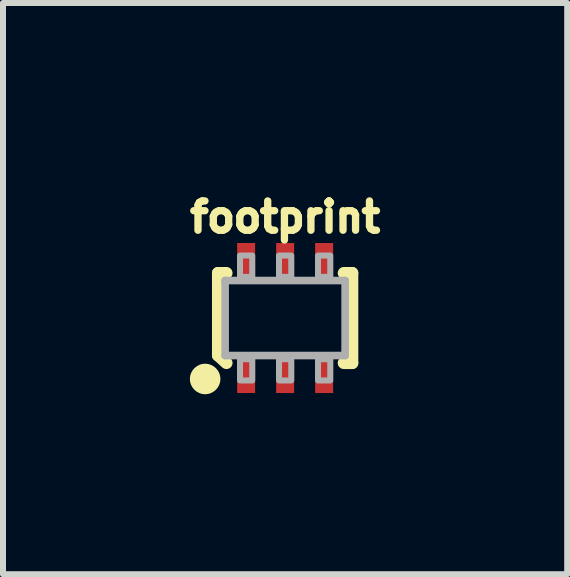
<source format=kicad_pcb>
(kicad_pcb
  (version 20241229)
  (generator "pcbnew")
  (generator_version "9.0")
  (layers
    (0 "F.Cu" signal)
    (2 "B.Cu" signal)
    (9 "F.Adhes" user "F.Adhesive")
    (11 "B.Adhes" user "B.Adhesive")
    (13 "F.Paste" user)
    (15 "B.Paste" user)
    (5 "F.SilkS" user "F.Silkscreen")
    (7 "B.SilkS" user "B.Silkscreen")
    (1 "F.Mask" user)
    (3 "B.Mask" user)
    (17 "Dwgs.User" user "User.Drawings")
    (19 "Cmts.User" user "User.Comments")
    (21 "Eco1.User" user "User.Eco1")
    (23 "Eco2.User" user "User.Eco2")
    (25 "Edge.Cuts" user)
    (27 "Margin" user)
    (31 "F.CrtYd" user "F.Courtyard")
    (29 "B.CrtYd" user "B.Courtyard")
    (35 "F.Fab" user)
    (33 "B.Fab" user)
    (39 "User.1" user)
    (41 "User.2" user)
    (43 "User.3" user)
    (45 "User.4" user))
  (footprint "footprint"
    (layer "F.Cu")
    (at 1.702 2.25)
    (property "Reference" "footprint" (at 0 -1.397 0) (layer "F.SilkS") (effects (font (size 0.488 0.488) (thickness 0.122)) (justify bottom)))
    (fp_line (start -1.118 -0.749) (end -1.118 0.622) (stroke (width 0.203) (type solid)) (layer "F.SilkS"))
    (fp_line (start -1.118 0.622) (end -0.978 0.749) (stroke (width 0.203) (type solid)) (layer "F.SilkS"))
    (fp_line (start -0.978 -0.749) (end -1.118 -0.749) (stroke (width 0.203) (type solid)) (layer "F.SilkS"))
    (fp_line (start 0.978 0.749) (end 1.118 0.749) (stroke (width 0.203) (type solid)) (layer "F.SilkS"))
    (fp_line (start 1.118 -0.749) (end 0.978 -0.749) (stroke (width 0.203) (type solid)) (layer "F.SilkS"))
    (fp_line (start 1.118 0.749) (end 1.118 -0.749) (stroke (width 0.203) (type solid)) (layer "F.SilkS"))
    (fp_circle (center -1.333 1.016) (end -1.206 1.016) (stroke (width 0.254) (type solid)) (fill yes) (layer "F.SilkS"))
    (fp_line (start -1 -0.625) (end -1 0.625) (stroke (width 0.127) (type solid)) (layer "F.Fab"))
    (fp_line (start -1 0.625) (end 1 0.625) (stroke (width 0.127) (type solid)) (layer "F.Fab"))
    (fp_line (start 1 -0.625) (end -1 -0.625) (stroke (width 0.127) (type solid)) (layer "F.Fab"))
    (fp_line (start 1 0.625) (end 1 -0.625) (stroke (width 0.127) (type solid)) (layer "F.Fab"))
    (fp_poly (pts (xy -0.752 -0.686) (xy -0.548 -0.686) (xy -0.548 -1.041) (xy -0.752 -1.041)) (stroke (width 0.1) (type solid)) (fill no) (layer "F.Fab"))
    (fp_poly (pts (xy -0.752 1.041) (xy -0.548 1.041) (xy -0.548 0.686) (xy -0.752 0.686)) (stroke (width 0.1) (type solid)) (fill no) (layer "F.Fab"))
    (fp_poly (pts (xy -0.102 -0.686) (xy 0.102 -0.686) (xy 0.102 -1.041) (xy -0.102 -1.041)) (stroke (width 0.1) (type solid)) (fill no) (layer "F.Fab"))
    (fp_poly (pts (xy -0.102 1.041) (xy 0.102 1.041) (xy 0.102 0.686) (xy -0.102 0.686)) (stroke (width 0.1) (type solid)) (fill no) (layer "F.Fab"))
    (fp_poly (pts (xy 0.548 -0.686) (xy 0.752 -0.686) (xy 0.752 -1.041) (xy 0.548 -1.041)) (stroke (width 0.1) (type solid)) (fill no) (layer "F.Fab"))
    (fp_poly (pts (xy 0.548 1.041) (xy 0.752 1.041) (xy 0.752 0.686) (xy 0.548 0.686)) (stroke (width 0.1) (type solid)) (fill no) (layer "F.Fab"))
    (pad "1" smd rect (at -0.65 0.92 180) (size 0.3 0.66) (layers "F.Cu" "F.Mask" "F.Paste"))
    (pad "2" smd rect (at 0 0.92 180) (size 0.3 0.66) (layers "F.Cu" "F.Mask" "F.Paste"))
    (pad "3" smd rect (at 0.65 0.92 180) (size 0.3 0.66) (layers "F.Cu" "F.Mask" "F.Paste"))
    (pad "4" smd rect (at 0.65 -0.92) (size 0.3 0.66) (layers "F.Cu" "F.Mask" "F.Paste"))
    (pad "5" smd rect (at 0 -0.92) (size 0.3 0.66) (layers "F.Cu" "F.Mask" "F.Paste"))
    (pad "6" smd rect (at -0.65 -0.92) (size 0.3 0.66) (layers "F.Cu" "F.Mask" "F.Paste")))
  (gr_rect
    (start -3 -3)
    (end 6.403 6.52)
    (stroke (width 0.1) (type default))
    (fill no)
    (layer "Edge.Cuts")))
</source>
